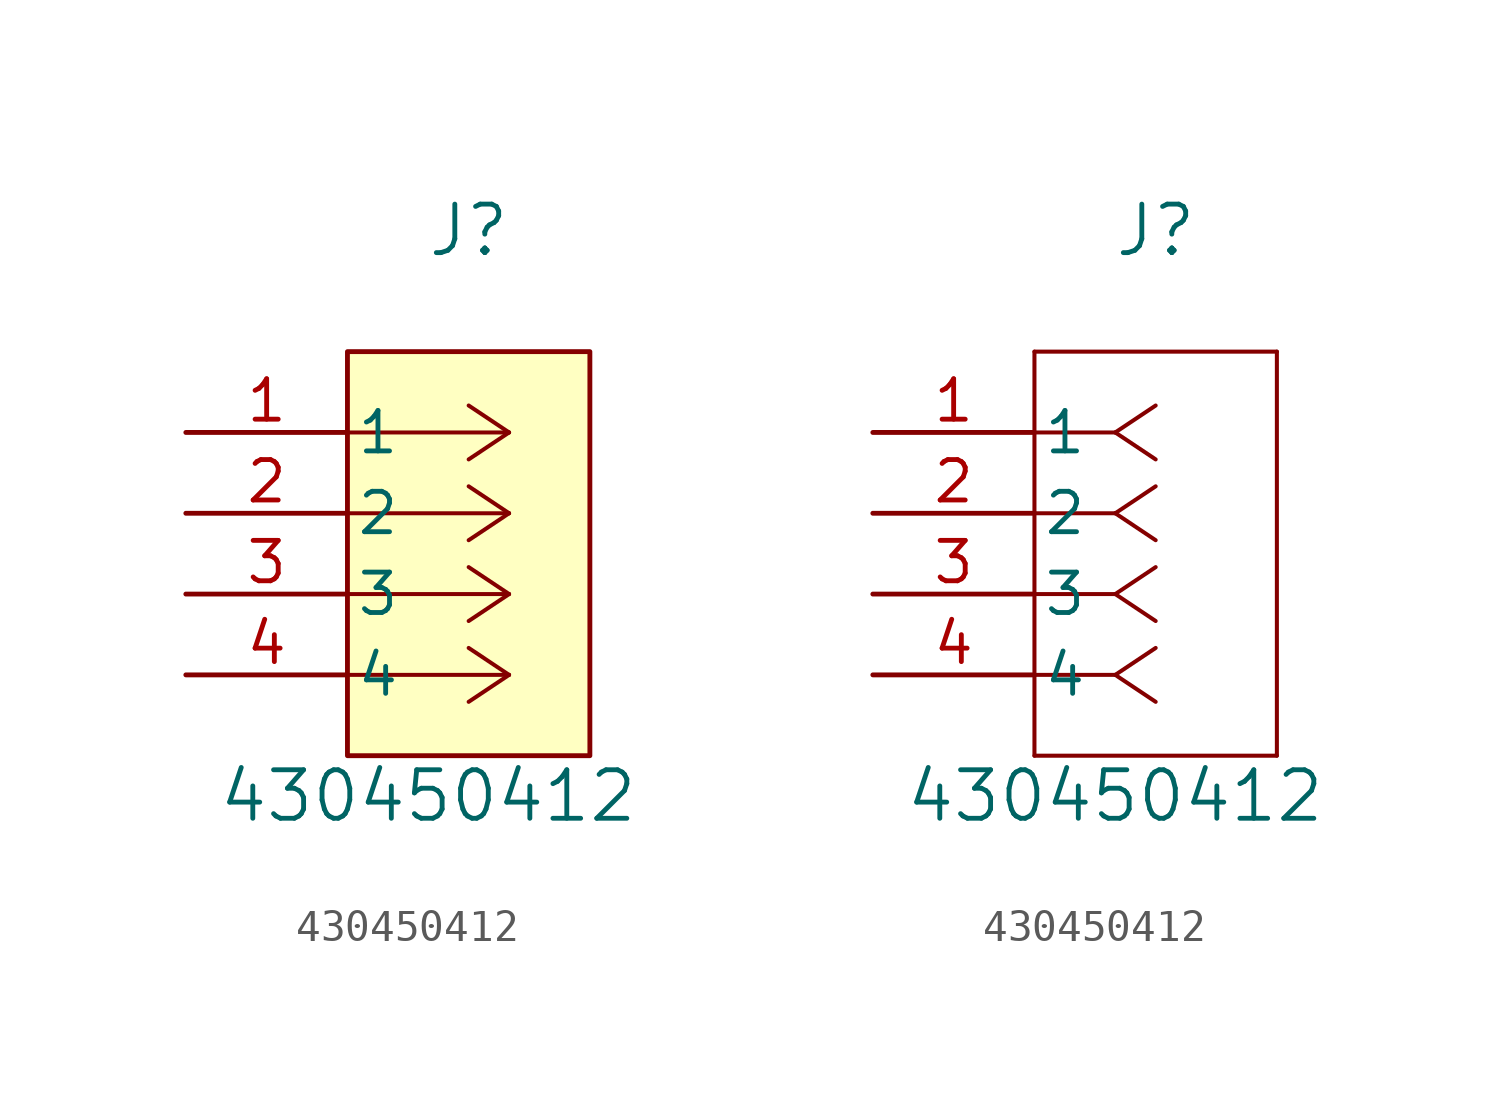
<source format=kicad_sym>
(kicad_symbol_lib
  (version 20220914)
  (generator kicad_symbol_editor)
  (symbol "430450412"
    (pin_names
      (offset 0.254))
    (property "Reference" "J"
      (at 8.89 6.35 0)
      (effects (font (size 1.524 1.524))))
    (property "Value" "430450412"
      (at 7.62 -11.43 0)
      (effects (font (size 1.524 1.524))))
    (property "ki_locked" ""
      (at 0 0 0)
      (effects (font (size 1.27 1.27))))
    (symbol "430450412_1_1"
      (polyline (pts (xy 10.16 -7.62) (xy 5.08 -7.62)) (stroke (width 0.127) (type default)) (fill (type none)))
      (polyline (pts (xy 10.16 -7.62) (xy 8.89 -8.467)) (stroke (width 0.127) (type default)) (fill (type none)))
      (polyline (pts (xy 10.16 -7.62) (xy 8.89 -6.773)) (stroke (width 0.127) (type default)) (fill (type none)))
      (polyline (pts (xy 10.16 -5.08) (xy 5.08 -5.08)) (stroke (width 0.127) (type default)) (fill (type none)))
      (polyline (pts (xy 10.16 -5.08) (xy 8.89 -5.927)) (stroke (width 0.127) (type default)) (fill (type none)))
      (polyline (pts (xy 10.16 -5.08) (xy 8.89 -4.233)) (stroke (width 0.127) (type default)) (fill (type none)))
      (polyline (pts (xy 10.16 -2.54) (xy 5.08 -2.54)) (stroke (width 0.127) (type default)) (fill (type none)))
      (polyline (pts (xy 10.16 -2.54) (xy 8.89 -3.387)) (stroke (width 0.127) (type default)) (fill (type none)))
      (polyline (pts (xy 10.16 -2.54) (xy 8.89 -1.693)) (stroke (width 0.127) (type default)) (fill (type none)))
      (polyline (pts (xy 10.16 0) (xy 5.08 0)) (stroke (width 0.127) (type default)) (fill (type none)))
      (polyline (pts (xy 10.16 0) (xy 8.89 -0.847)) (stroke (width 0.127) (type default)) (fill (type none)))
      (polyline (pts (xy 10.16 0) (xy 8.89 0.847)) (stroke (width 0.127) (type default)) (fill (type none)))
      (rectangle (start 5.08 2.54) (end 12.7 -10.16) (stroke (width 0) (type default)) (fill (type background)))
      (pin unspecified line (at 0 0 0) (length 5.08) (name "1" (effects (font (size 1.27 1.27)))) (number "1" (effects (font (size 1.27 1.27)))))
      (pin unspecified line (at 0 -2.54 0) (length 5.08) (name "2" (effects (font (size 1.27 1.27)))) (number "2" (effects (font (size 1.27 1.27)))))
      (pin unspecified line (at 0 -5.08 0) (length 5.08) (name "3" (effects (font (size 1.27 1.27)))) (number "3" (effects (font (size 1.27 1.27)))))
      (pin unspecified line (at 0 -7.62 0) (length 5.08) (name "4" (effects (font (size 1.27 1.27)))) (number "4" (effects (font (size 1.27 1.27))))))
    (symbol "430450412_1_2"
      (polyline (pts (xy 5.08 -10.16) (xy 12.7 -10.16)) (stroke (width 0.127) (type default)) (fill (type none)))
      (polyline (pts (xy 5.08 2.54) (xy 5.08 -10.16)) (stroke (width 0.127) (type default)) (fill (type none)))
      (polyline (pts (xy 7.62 -7.62) (xy 5.08 -7.62)) (stroke (width 0.127) (type default)) (fill (type none)))
      (polyline (pts (xy 7.62 -7.62) (xy 8.89 -8.467)) (stroke (width 0.127) (type default)) (fill (type none)))
      (polyline (pts (xy 7.62 -7.62) (xy 8.89 -6.773)) (stroke (width 0.127) (type default)) (fill (type none)))
      (polyline (pts (xy 7.62 -5.08) (xy 5.08 -5.08)) (stroke (width 0.127) (type default)) (fill (type none)))
      (polyline (pts (xy 7.62 -5.08) (xy 8.89 -5.927)) (stroke (width 0.127) (type default)) (fill (type none)))
      (polyline (pts (xy 7.62 -5.08) (xy 8.89 -4.233)) (stroke (width 0.127) (type default)) (fill (type none)))
      (polyline (pts (xy 7.62 -2.54) (xy 5.08 -2.54)) (stroke (width 0.127) (type default)) (fill (type none)))
      (polyline (pts (xy 7.62 -2.54) (xy 8.89 -3.387)) (stroke (width 0.127) (type default)) (fill (type none)))
      (polyline (pts (xy 7.62 -2.54) (xy 8.89 -1.693)) (stroke (width 0.127) (type default)) (fill (type none)))
      (polyline (pts (xy 7.62 0) (xy 5.08 0)) (stroke (width 0.127) (type default)) (fill (type none)))
      (polyline (pts (xy 7.62 0) (xy 8.89 -0.847)) (stroke (width 0.127) (type default)) (fill (type none)))
      (polyline (pts (xy 7.62 0) (xy 8.89 0.847)) (stroke (width 0.127) (type default)) (fill (type none)))
      (polyline (pts (xy 12.7 -10.16) (xy 12.7 2.54)) (stroke (width 0.127) (type default)) (fill (type none)))
      (polyline (pts (xy 12.7 2.54) (xy 5.08 2.54)) (stroke (width 0.127) (type default)) (fill (type none)))
      (pin unspecified line (at 0 0 0) (length 5.08) (name "1" (effects (font (size 1.27 1.27)))) (number "1" (effects (font (size 1.27 1.27)))))
      (pin unspecified line (at 0 -2.54 0) (length 5.08) (name "2" (effects (font (size 1.27 1.27)))) (number "2" (effects (font (size 1.27 1.27)))))
      (pin unspecified line (at 0 -5.08 0) (length 5.08) (name "3" (effects (font (size 1.27 1.27)))) (number "3" (effects (font (size 1.27 1.27)))))
      (pin unspecified line (at 0 -7.62 0) (length 5.08) (name "4" (effects (font (size 1.27 1.27)))) (number "4" (effects (font (size 1.27 1.27))))))))
</source>
